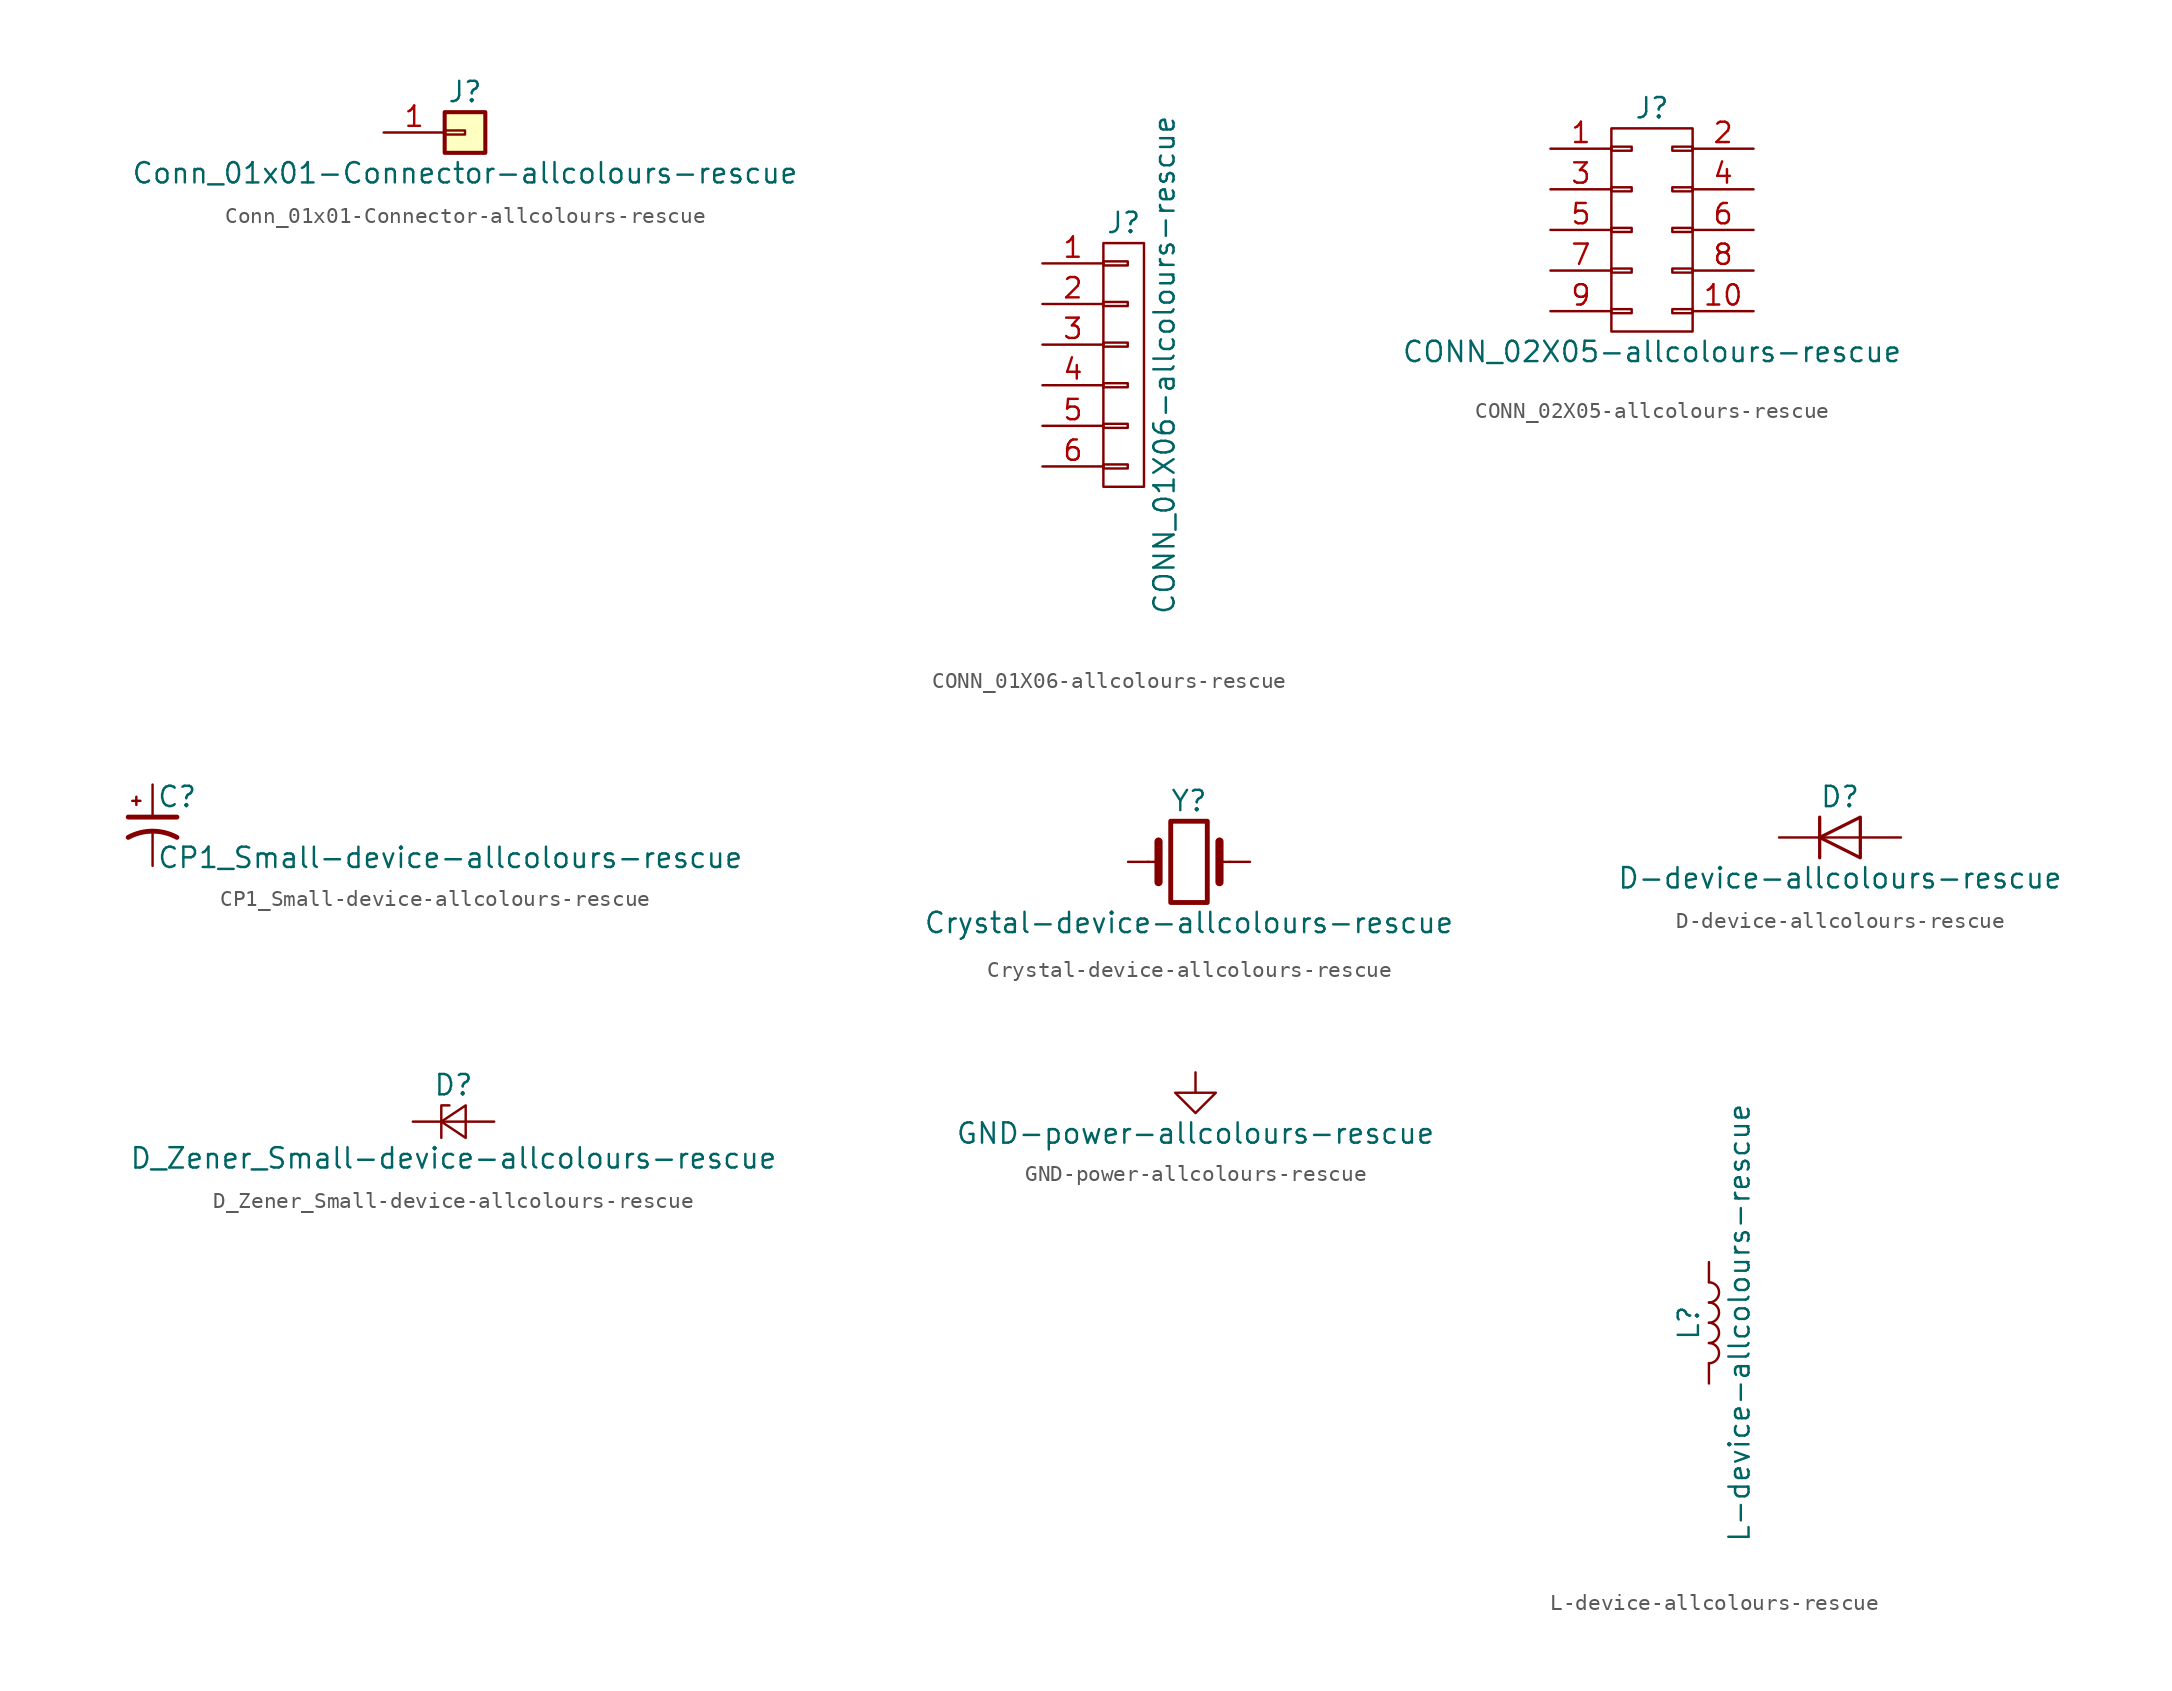
<source format=kicad_sym>
(kicad_symbol_lib
  (version 20211014)
  (generator kicad_symbol_editor)
  (symbol "Conn_01x01-Connector-allcolours-rescue"
    (pin_names
      (offset 1.016) hide)
    (property "Reference" "J"
      (at 0 2.54 0)
      (effects (font (size 1.27 1.27))))
    (property "Value" "Conn_01x01-Connector-allcolours-rescue"
      (at 0 -2.54 0)
      (effects (font (size 1.27 1.27))))
    (symbol "Conn_01x01-Connector-allcolours-rescue_1_1"
      (rectangle (start -1.27 0.127) (end 0 -0.127) (stroke (width 0.152) (type default) (color 0 0 0 0)) (fill (type none)))
      (rectangle (start -1.27 1.27) (end 1.27 -1.27) (stroke (width 0.254) (type default) (color 0 0 0 0)) (fill (type background)))
      (pin passive line (at -5.08 0 0) (length 3.81) (name "Pin_1" (effects (font (size 1.27 1.27)))) (number "1" (effects (font (size 1.27 1.27)))))))
  (symbol "CONN_01X06-allcolours-rescue"
    (pin_names
      (offset 1.016) hide)
    (property "Reference" "J"
      (at 0 8.89 0)
      (effects (font (size 1.27 1.27))))
    (property "Value" "CONN_01X06-allcolours-rescue"
      (at 2.54 0 90)
      (effects (font (size 1.27 1.27))))
    (symbol "CONN_01X06-allcolours-rescue_0_1"
      (rectangle (start -1.27 -6.223) (end 0.254 -6.477) (stroke (width 0) (type default) (color 0 0 0 0)) (fill (type none)))
      (rectangle (start -1.27 -3.683) (end 0.254 -3.937) (stroke (width 0) (type default) (color 0 0 0 0)) (fill (type none)))
      (rectangle (start -1.27 -1.143) (end 0.254 -1.397) (stroke (width 0) (type default) (color 0 0 0 0)) (fill (type none)))
      (rectangle (start -1.27 1.397) (end 0.254 1.143) (stroke (width 0) (type default) (color 0 0 0 0)) (fill (type none)))
      (rectangle (start -1.27 3.937) (end 0.254 3.683) (stroke (width 0) (type default) (color 0 0 0 0)) (fill (type none)))
      (rectangle (start -1.27 6.477) (end 0.254 6.223) (stroke (width 0) (type default) (color 0 0 0 0)) (fill (type none)))
      (rectangle (start -1.27 7.62) (end 1.27 -7.62) (stroke (width 0) (type default) (color 0 0 0 0)) (fill (type none))))
    (symbol "CONN_01X06-allcolours-rescue_1_1"
      (pin passive line (at -5.08 6.35 0) (length 3.81) (name "P1" (effects (font (size 1.27 1.27)))) (number "1" (effects (font (size 1.27 1.27)))))
      (pin passive line (at -5.08 3.81 0) (length 3.81) (name "P2" (effects (font (size 1.27 1.27)))) (number "2" (effects (font (size 1.27 1.27)))))
      (pin passive line (at -5.08 1.27 0) (length 3.81) (name "P3" (effects (font (size 1.27 1.27)))) (number "3" (effects (font (size 1.27 1.27)))))
      (pin passive line (at -5.08 -1.27 0) (length 3.81) (name "P4" (effects (font (size 1.27 1.27)))) (number "4" (effects (font (size 1.27 1.27)))))
      (pin passive line (at -5.08 -3.81 0) (length 3.81) (name "P5" (effects (font (size 1.27 1.27)))) (number "5" (effects (font (size 1.27 1.27)))))
      (pin passive line (at -5.08 -6.35 0) (length 3.81) (name "P6" (effects (font (size 1.27 1.27)))) (number "6" (effects (font (size 1.27 1.27)))))))
  (symbol "CONN_02X05-allcolours-rescue"
    (pin_names
      (offset 0.025) hide)
    (property "Reference" "J"
      (at 0 7.62 0)
      (effects (font (size 1.27 1.27))))
    (property "Value" "CONN_02X05-allcolours-rescue"
      (at 0 -7.62 0)
      (effects (font (size 1.27 1.27))))
    (symbol "CONN_02X05-allcolours-rescue_0_1"
      (rectangle (start -2.54 -4.953) (end -1.27 -5.207) (stroke (width 0) (type default) (color 0 0 0 0)) (fill (type none)))
      (rectangle (start -2.54 -2.413) (end -1.27 -2.667) (stroke (width 0) (type default) (color 0 0 0 0)) (fill (type none)))
      (rectangle (start -2.54 0.127) (end -1.27 -0.127) (stroke (width 0) (type default) (color 0 0 0 0)) (fill (type none)))
      (rectangle (start -2.54 2.667) (end -1.27 2.413) (stroke (width 0) (type default) (color 0 0 0 0)) (fill (type none)))
      (rectangle (start -2.54 5.207) (end -1.27 4.953) (stroke (width 0) (type default) (color 0 0 0 0)) (fill (type none)))
      (rectangle (start -2.54 6.35) (end 2.54 -6.35) (stroke (width 0) (type default) (color 0 0 0 0)) (fill (type none)))
      (rectangle (start 1.27 -4.953) (end 2.54 -5.207) (stroke (width 0) (type default) (color 0 0 0 0)) (fill (type none)))
      (rectangle (start 1.27 -2.413) (end 2.54 -2.667) (stroke (width 0) (type default) (color 0 0 0 0)) (fill (type none)))
      (rectangle (start 1.27 0.127) (end 2.54 -0.127) (stroke (width 0) (type default) (color 0 0 0 0)) (fill (type none)))
      (rectangle (start 1.27 2.667) (end 2.54 2.413) (stroke (width 0) (type default) (color 0 0 0 0)) (fill (type none)))
      (rectangle (start 1.27 5.207) (end 2.54 4.953) (stroke (width 0) (type default) (color 0 0 0 0)) (fill (type none))))
    (symbol "CONN_02X05-allcolours-rescue_1_1"
      (pin passive line (at -6.35 5.08 0) (length 3.81) (name "P1" (effects (font (size 1.27 1.27)))) (number "1" (effects (font (size 1.27 1.27)))))
      (pin passive line (at 6.35 -5.08 180) (length 3.81) (name "P10" (effects (font (size 1.27 1.27)))) (number "10" (effects (font (size 1.27 1.27)))))
      (pin passive line (at 6.35 5.08 180) (length 3.81) (name "P2" (effects (font (size 1.27 1.27)))) (number "2" (effects (font (size 1.27 1.27)))))
      (pin passive line (at -6.35 2.54 0) (length 3.81) (name "P3" (effects (font (size 1.27 1.27)))) (number "3" (effects (font (size 1.27 1.27)))))
      (pin passive line (at 6.35 2.54 180) (length 3.81) (name "P4" (effects (font (size 1.27 1.27)))) (number "4" (effects (font (size 1.27 1.27)))))
      (pin passive line (at -6.35 0 0) (length 3.81) (name "P5" (effects (font (size 1.27 1.27)))) (number "5" (effects (font (size 1.27 1.27)))))
      (pin passive line (at 6.35 0 180) (length 3.81) (name "P6" (effects (font (size 1.27 1.27)))) (number "6" (effects (font (size 1.27 1.27)))))
      (pin passive line (at -6.35 -2.54 0) (length 3.81) (name "P7" (effects (font (size 1.27 1.27)))) (number "7" (effects (font (size 1.27 1.27)))))
      (pin passive line (at 6.35 -2.54 180) (length 3.81) (name "P8" (effects (font (size 1.27 1.27)))) (number "8" (effects (font (size 1.27 1.27)))))
      (pin passive line (at -6.35 -5.08 0) (length 3.81) (name "P9" (effects (font (size 1.27 1.27)))) (number "9" (effects (font (size 1.27 1.27)))))))
  (symbol "CP1_Small-device-allcolours-rescue"
    (pin_numbers hide)
    (pin_names
      (offset 0.254) hide)
    (property "Reference" "C"
      (at 0.254 1.778 0)
      (effects (font (size 1.27 1.27)) (justify left)))
    (property "Value" "CP1_Small-device-allcolours-rescue"
      (at 0.254 -2.032 0)
      (effects (font (size 1.27 1.27)) (justify left)))
    (symbol "CP1_Small-device-allcolours-rescue_0_1"
      (polyline (pts (xy -1.524 0.508) (xy 1.524 0.508)) (stroke (width 0.305) (type default) (color 0 0 0 0)) (fill (type none)))
      (polyline (pts (xy -1.27 1.524) (xy -0.762 1.524)) (stroke (width 0) (type default) (color 0 0 0 0)) (fill (type none)))
      (polyline (pts (xy -1.016 1.27) (xy -1.016 1.778)) (stroke (width 0) (type default) (color 0 0 0 0)) (fill (type none)))
      (arc (start 1.524 -0.762) (mid 0 -0.3734) (end -1.524 -0.762) (stroke (width 0.3048) (type default) (color 0 0 0 0)) (fill (type none))))
    (symbol "CP1_Small-device-allcolours-rescue_1_1"
      (pin passive line (at 0 2.54 270) (length 2.032) (name "~" (effects (font (size 1.27 1.27)))) (number "1" (effects (font (size 1.27 1.27)))))
      (pin passive line (at 0 -2.54 90) (length 2.032) (name "~" (effects (font (size 1.27 1.27)))) (number "2" (effects (font (size 1.27 1.27)))))))
  (symbol "Crystal-device-allcolours-rescue"
    (pin_numbers hide)
    (pin_names
      (offset 1.016) hide)
    (property "Reference" "Y"
      (at 0 3.81 0)
      (effects (font (size 1.27 1.27))))
    (property "Value" "Crystal-device-allcolours-rescue"
      (at 0 -3.81 0)
      (effects (font (size 1.27 1.27))))
    (symbol "Crystal-device-allcolours-rescue_0_1"
      (rectangle (start -1.143 2.54) (end 1.143 -2.54) (stroke (width 0.305) (type default) (color 0 0 0 0)) (fill (type none)))
      (polyline (pts (xy -2.54 0) (xy -1.905 0)) (stroke (width 0) (type default) (color 0 0 0 0)) (fill (type none)))
      (polyline (pts (xy -1.905 -1.27) (xy -1.905 1.27)) (stroke (width 0.508) (type default) (color 0 0 0 0)) (fill (type none)))
      (polyline (pts (xy 1.905 -1.27) (xy 1.905 1.27)) (stroke (width 0.508) (type default) (color 0 0 0 0)) (fill (type none)))
      (polyline (pts (xy 2.54 0) (xy 1.905 0)) (stroke (width 0) (type default) (color 0 0 0 0)) (fill (type none))))
    (symbol "Crystal-device-allcolours-rescue_1_1"
      (pin passive line (at -3.81 0 0) (length 1.27) (name "1" (effects (font (size 1.27 1.27)))) (number "1" (effects (font (size 1.27 1.27)))))
      (pin passive line (at 3.81 0 180) (length 1.27) (name "2" (effects (font (size 1.27 1.27)))) (number "2" (effects (font (size 1.27 1.27)))))))
  (symbol "D-device-allcolours-rescue"
    (pin_numbers hide)
    (pin_names
      (offset 1.016) hide)
    (property "Reference" "D"
      (at 0 2.54 0)
      (effects (font (size 1.27 1.27))))
    (property "Value" "D-device-allcolours-rescue"
      (at 0 -2.54 0)
      (effects (font (size 1.27 1.27))))
    (symbol "D-device-allcolours-rescue_0_1"
      (polyline (pts (xy -1.27 1.27) (xy -1.27 -1.27)) (stroke (width 0.203) (type default) (color 0 0 0 0)) (fill (type none)))
      (polyline (pts (xy 1.27 0) (xy -1.27 0)) (stroke (width 0) (type default) (color 0 0 0 0)) (fill (type none)))
      (polyline (pts (xy 1.27 1.27) (xy 1.27 -1.27) (xy -1.27 0) (xy 1.27 1.27)) (stroke (width 0.203) (type default) (color 0 0 0 0)) (fill (type none))))
    (symbol "D-device-allcolours-rescue_1_1"
      (pin passive line (at -3.81 0 0) (length 2.54) (name "K" (effects (font (size 1.27 1.27)))) (number "1" (effects (font (size 1.27 1.27)))))
      (pin passive line (at 3.81 0 180) (length 2.54) (name "A" (effects (font (size 1.27 1.27)))) (number "2" (effects (font (size 1.27 1.27)))))))
  (symbol "D_Zener_Small-device-allcolours-rescue"
    (pin_numbers hide)
    (pin_names
      (offset 0.254) hide)
    (property "Reference" "D"
      (at 0 2.286 0)
      (effects (font (size 1.27 1.27))))
    (property "Value" "D_Zener_Small-device-allcolours-rescue"
      (at 0 -2.286 0)
      (effects (font (size 1.27 1.27))))
    (symbol "D_Zener_Small-device-allcolours-rescue_0_1"
      (polyline (pts (xy 0.762 0) (xy -0.762 0)) (stroke (width 0) (type default) (color 0 0 0 0)) (fill (type none)))
      (polyline (pts (xy -0.254 1.016) (xy -0.762 1.016) (xy -0.762 -1.016)) (stroke (width 0) (type default) (color 0 0 0 0)) (fill (type none)))
      (polyline (pts (xy 0.762 1.016) (xy -0.762 0) (xy 0.762 -1.016) (xy 0.762 1.016)) (stroke (width 0) (type default) (color 0 0 0 0)) (fill (type none))))
    (symbol "D_Zener_Small-device-allcolours-rescue_1_1"
      (pin passive line (at -2.54 0 0) (length 1.778) (name "K" (effects (font (size 1.27 1.27)))) (number "1" (effects (font (size 1.27 1.27)))))
      (pin passive line (at 2.54 0 180) (length 1.778) (name "A" (effects (font (size 1.27 1.27)))) (number "2" (effects (font (size 1.27 1.27)))))))
  (symbol "GND-power-allcolours-rescue"
    (power)
    (pin_names
      (offset 0))
    (property "Reference" "#PWR"
      (at 0 -6.35 0)
      (effects (font (size 1.27 1.27)) hide))
    (property "Value" "GND-power-allcolours-rescue"
      (at 0 -3.81 0)
      (effects (font (size 1.27 1.27))))
    (symbol "GND-power-allcolours-rescue_0_1"
      (polyline (pts (xy 0 0) (xy 0 -1.27) (xy 1.27 -1.27) (xy 0 -2.54) (xy -1.27 -1.27) (xy 0 -1.27)) (stroke (width 0) (type default) (color 0 0 0 0)) (fill (type none))))
    (symbol "GND-power-allcolours-rescue_1_1"
      (pin power_in line (at 0 0 270) (length 0) hide (name "GND" (effects (font (size 1.27 1.27)))) (number "1" (effects (font (size 1.27 1.27)))))))
  (symbol "L-device-allcolours-rescue"
    (pin_numbers hide)
    (pin_names
      (offset 1.016) hide)
    (property "Reference" "L"
      (at -1.27 0 90)
      (effects (font (size 1.27 1.27))))
    (property "Value" "L-device-allcolours-rescue"
      (at 1.905 0 90)
      (effects (font (size 1.27 1.27))))
    (symbol "L-device-allcolours-rescue_0_1"
      (arc (start 0 -2.54) (mid 0.635 -1.905) (end 0 -1.27) (stroke (width 0) (type default) (color 0 0 0 0)) (fill (type none)))
      (arc (start 0 -1.27) (mid 0.635 -0.635) (end 0 0) (stroke (width 0) (type default) (color 0 0 0 0)) (fill (type none)))
      (arc (start 0 0) (mid 0.635 0.635) (end 0 1.27) (stroke (width 0) (type default) (color 0 0 0 0)) (fill (type none)))
      (arc (start 0 1.27) (mid 0.635 1.905) (end 0 2.54) (stroke (width 0) (type default) (color 0 0 0 0)) (fill (type none))))
    (symbol "L-device-allcolours-rescue_1_1"
      (pin passive line (at 0 3.81 270) (length 1.27) (name "1" (effects (font (size 1.27 1.27)))) (number "1" (effects (font (size 1.27 1.27)))))
      (pin passive line (at 0 -3.81 90) (length 1.27) (name "2" (effects (font (size 1.27 1.27)))) (number "2" (effects (font (size 1.27 1.27))))))))
</source>
